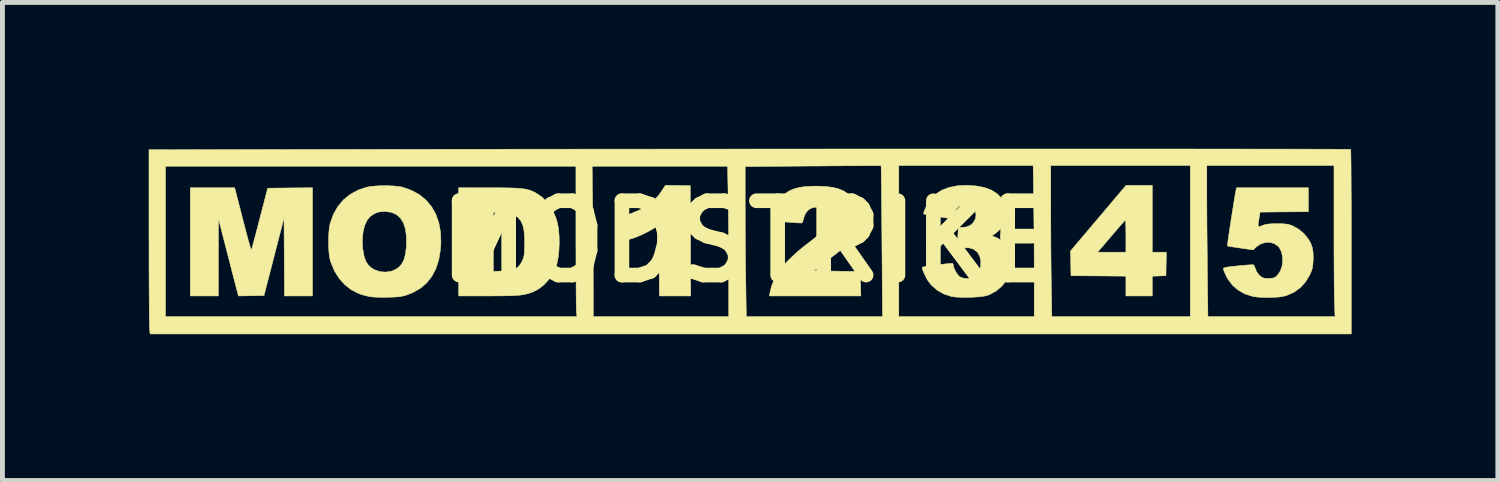
<source format=kicad_pcb>
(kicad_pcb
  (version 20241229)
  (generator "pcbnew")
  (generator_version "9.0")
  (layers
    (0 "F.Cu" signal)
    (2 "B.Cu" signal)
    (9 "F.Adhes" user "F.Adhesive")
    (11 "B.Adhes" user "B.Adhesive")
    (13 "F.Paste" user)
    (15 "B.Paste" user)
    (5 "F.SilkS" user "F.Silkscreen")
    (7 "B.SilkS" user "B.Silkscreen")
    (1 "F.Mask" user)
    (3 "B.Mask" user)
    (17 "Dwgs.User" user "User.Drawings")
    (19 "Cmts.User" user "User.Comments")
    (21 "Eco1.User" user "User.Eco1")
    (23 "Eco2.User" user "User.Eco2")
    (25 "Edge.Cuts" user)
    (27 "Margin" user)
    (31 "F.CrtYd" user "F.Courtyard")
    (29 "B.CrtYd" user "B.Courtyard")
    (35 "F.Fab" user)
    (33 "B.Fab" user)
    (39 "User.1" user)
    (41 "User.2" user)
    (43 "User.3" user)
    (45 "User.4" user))
  (footprint "MODSTRIKE"
    (layer "F.Cu")
    (at 12.316 1.901)
    (property "Reference" "MODSTRIKE" (at 0 0 0) (layer "F.SilkS") (effects (font (size 1.524 1.524) (thickness 0.3))))
    (attr through_hole)
    (fp_poly (pts (xy -1.211 -1.143) (xy -1.202 1.118) (xy -1.845 1.118) (xy -1.854 -0.338) (xy -1.93 -0.287) (xy -2.001 -0.243) (xy -2.083 -0.198) (xy -2.17 -0.155) (xy -2.257 -0.115) (xy -2.338 -0.082) (xy -2.408 -0.058) (xy -2.46 -0.045) (xy -2.49 -0.046) (xy -2.492 -0.047) (xy -2.497 -0.069) (xy -2.501 -0.117) (xy -2.503 -0.187) (xy -2.503 -0.271) (xy -2.502 -0.304) (xy -2.498 -0.545) (xy -2.396 -0.584) (xy -2.225 -0.657) (xy -2.083 -0.738) (xy -1.964 -0.832) (xy -1.864 -0.941) (xy -1.809 -1.017) (xy -1.721 -1.152) (xy -1.211 -1.143)) (stroke (width 0.01) (type solid)) (fill yes) (layer "F.SilkS"))
    (fp_poly (pts (xy 8.263 0.22) (xy 8.552 0.22) (xy 8.543 0.703) (xy 8.263 0.713) (xy 8.263 1.118) (xy 7.722 1.118) (xy 7.722 0.712) (xy 7.159 0.707) (xy 6.596 0.703) (xy 6.587 0.22) (xy 7.14 0.22) (xy 7.722 0.22) (xy 7.722 -0.11) (xy 7.721 -0.212) (xy 7.72 -0.301) (xy 7.718 -0.372) (xy 7.716 -0.42) (xy 7.714 -0.44) (xy 7.713 -0.44) (xy 7.701 -0.428) (xy 7.669 -0.393) (xy 7.622 -0.34) (xy 7.563 -0.272) (xy 7.495 -0.193) (xy 7.457 -0.148) (xy 7.383 -0.062) (xy 7.315 0.018) (xy 7.256 0.087) (xy 7.21 0.14) (xy 7.181 0.174) (xy 7.174 0.182) (xy 7.14 0.22) (xy 6.587 0.22) (xy 6.587 0.195) (xy 7.726 -1.151) (xy 8.263 -1.151) (xy 8.263 0.22)) (stroke (width 0.01) (type solid)) (fill yes) (layer "F.SilkS"))
    (fp_poly (pts (xy -8.958 0.008) (xy -8.958 1.118) (xy -9.533 1.118) (xy -9.542 -0.483) (xy -9.747 0.313) (xy -9.952 1.109) (xy -10.214 1.114) (xy -10.477 1.118) (xy -10.54 0.877) (xy -10.56 0.799) (xy -10.587 0.695) (xy -10.619 0.571) (xy -10.654 0.433) (xy -10.692 0.287) (xy -10.73 0.141) (xy -10.744 0.085) (xy -10.886 -0.466) (xy -10.887 0.326) (xy -10.888 1.118) (xy -11.464 1.118) (xy -11.464 -1.101) (xy -10.554 -1.101) (xy -10.528 -1.003) (xy -10.518 -0.963) (xy -10.501 -0.895) (xy -10.477 -0.804) (xy -10.449 -0.694) (xy -10.417 -0.57) (xy -10.383 -0.438) (xy -10.363 -0.36) (xy -10.329 -0.23) (xy -10.298 -0.112) (xy -10.27 -0.009) (xy -10.246 0.075) (xy -10.228 0.136) (xy -10.216 0.17) (xy -10.212 0.177) (xy -10.206 0.159) (xy -10.192 0.111) (xy -10.172 0.039) (xy -10.147 -0.056) (xy -10.116 -0.169) (xy -10.083 -0.297) (xy -10.047 -0.436) (xy -10.04 -0.463) (xy -9.877 -1.092) (xy -9.418 -1.097) (xy -8.958 -1.101) (xy -8.958 0.008)) (stroke (width 0.01) (type solid)) (fill yes) (layer "F.SilkS"))
    (fp_poly (pts (xy -5.338 -1.1) (xy -5.155 -1.1) (xy -5.001 -1.099) (xy -4.874 -1.096) (xy -4.769 -1.092) (xy -4.683 -1.085) (xy -4.612 -1.076) (xy -4.552 -1.064) (xy -4.499 -1.049) (xy -4.45 -1.03) (xy -4.401 -1.007) (xy -4.381 -0.996) (xy -4.25 -0.908) (xy -4.136 -0.793) (xy -4.041 -0.653) (xy -3.969 -0.492) (xy -3.938 -0.389) (xy -3.914 -0.265) (xy -3.901 -0.122) (xy -3.898 0.03) (xy -3.904 0.183) (xy -3.92 0.327) (xy -3.944 0.453) (xy -3.965 0.522) (xy -4.029 0.657) (xy -4.113 0.782) (xy -4.214 0.891) (xy -4.324 0.977) (xy -4.435 1.034) (xy -4.494 1.055) (xy -4.55 1.072) (xy -4.608 1.086) (xy -4.671 1.097) (xy -4.745 1.105) (xy -4.832 1.11) (xy -4.938 1.114) (xy -5.066 1.116) (xy -5.22 1.117) (xy -5.361 1.118) (xy -5.961 1.118) (xy -5.961 0.614) (xy -5.249 0.614) (xy -5.057 0.606) (xy -4.966 0.601) (xy -4.901 0.594) (xy -4.853 0.584) (xy -4.813 0.569) (xy -4.79 0.557) (xy -4.739 0.521) (xy -4.698 0.472) (xy -4.666 0.417) (xy -4.645 0.374) (xy -4.631 0.336) (xy -4.621 0.294) (xy -4.615 0.242) (xy -4.611 0.17) (xy -4.609 0.09) (xy -4.609 -0.081) (xy -4.621 -0.223) (xy -4.646 -0.337) (xy -4.688 -0.426) (xy -4.747 -0.494) (xy -4.824 -0.541) (xy -4.923 -0.572) (xy -5.045 -0.587) (xy -5.084 -0.59) (xy -5.249 -0.597) (xy -5.249 0.614) (xy -5.961 0.614) (xy -5.961 -1.101) (xy -5.338 -1.1)) (stroke (width 0.01) (type solid)) (fill yes) (layer "F.SilkS"))
    (fp_poly (pts (xy 1.551 -1.128) (xy 1.703 -1.11) (xy 1.831 -1.079) (xy 1.939 -1.033) (xy 2.03 -0.971) (xy 2.088 -0.917) (xy 2.178 -0.797) (xy 2.236 -0.669) (xy 2.262 -0.534) (xy 2.255 -0.392) (xy 2.215 -0.246) (xy 2.182 -0.17) (xy 2.115 -0.063) (xy 2.016 0.05) (xy 1.886 0.169) (xy 1.725 0.294) (xy 1.691 0.319) (xy 1.611 0.376) (xy 1.534 0.434) (xy 1.467 0.485) (xy 1.418 0.525) (xy 1.412 0.53) (xy 1.331 0.601) (xy 2.278 0.618) (xy 2.282 0.868) (xy 2.287 1.118) (xy 0.411 1.118) (xy 0.427 1.029) (xy 0.459 0.908) (xy 0.511 0.777) (xy 0.578 0.647) (xy 0.627 0.578) (xy 0.698 0.493) (xy 0.788 0.399) (xy 0.89 0.3) (xy 1 0.2) (xy 1.114 0.106) (xy 1.177 0.057) (xy 1.304 -0.041) (xy 1.406 -0.124) (xy 1.484 -0.195) (xy 1.542 -0.257) (xy 1.583 -0.313) (xy 1.609 -0.367) (xy 1.622 -0.421) (xy 1.626 -0.479) (xy 1.611 -0.558) (xy 1.573 -0.622) (xy 1.515 -0.668) (xy 1.446 -0.696) (xy 1.371 -0.704) (xy 1.295 -0.692) (xy 1.225 -0.657) (xy 1.168 -0.599) (xy 1.155 -0.577) (xy 1.128 -0.519) (xy 1.11 -0.457) (xy 1.108 -0.452) (xy 1.096 -0.408) (xy 1.081 -0.382) (xy 1.077 -0.379) (xy 1.055 -0.378) (xy 1.007 -0.38) (xy 0.938 -0.384) (xy 0.857 -0.39) (xy 0.769 -0.397) (xy 0.681 -0.404) (xy 0.599 -0.411) (xy 0.532 -0.418) (xy 0.484 -0.424) (xy 0.463 -0.429) (xy 0.463 -0.429) (xy 0.462 -0.45) (xy 0.469 -0.495) (xy 0.483 -0.555) (xy 0.502 -0.622) (xy 0.523 -0.687) (xy 0.544 -0.743) (xy 0.55 -0.757) (xy 0.609 -0.854) (xy 0.693 -0.944) (xy 0.79 -1.019) (xy 0.83 -1.042) (xy 0.924 -1.081) (xy 1.03 -1.108) (xy 1.155 -1.126) (xy 1.304 -1.133) (xy 1.372 -1.134) (xy 1.551 -1.128)) (stroke (width 0.01) (type solid)) (fill yes) (layer "F.SilkS"))
    (fp_poly (pts (xy -7.407 -1.142) (xy -7.288 -1.137) (xy -7.185 -1.127) (xy -7.112 -1.113) (xy -6.928 -1.048) (xy -6.767 -0.96) (xy -6.629 -0.848) (xy -6.517 -0.714) (xy -6.429 -0.559) (xy -6.368 -0.384) (xy -6.332 -0.19) (xy -6.324 0.021) (xy -6.334 0.166) (xy -6.368 0.372) (xy -6.426 0.555) (xy -6.509 0.714) (xy -6.616 0.85) (xy -6.747 0.962) (xy -6.903 1.05) (xy -7.036 1.101) (xy -7.09 1.117) (xy -7.145 1.128) (xy -7.209 1.136) (xy -7.29 1.141) (xy -7.395 1.144) (xy -7.425 1.145) (xy -7.576 1.145) (xy -7.696 1.141) (xy -7.786 1.131) (xy -7.806 1.127) (xy -7.882 1.109) (xy -7.96 1.086) (xy -8.006 1.07) (xy -8.156 0.995) (xy -8.291 0.891) (xy -8.408 0.763) (xy -8.504 0.612) (xy -8.576 0.443) (xy -8.598 0.373) (xy -8.613 0.292) (xy -8.623 0.188) (xy -8.628 0.07) (xy -8.628 0.068) (xy -7.934 0.068) (xy -7.926 0.158) (xy -7.903 0.29) (xy -7.87 0.393) (xy -7.823 0.473) (xy -7.761 0.535) (xy -7.685 0.582) (xy -7.574 0.62) (xy -7.455 0.629) (xy -7.338 0.61) (xy -7.267 0.582) (xy -7.189 0.531) (xy -7.128 0.464) (xy -7.083 0.376) (xy -7.053 0.264) (xy -7.035 0.125) (xy -7.032 0.073) (xy -7.032 -0.106) (xy -7.053 -0.258) (xy -7.094 -0.383) (xy -7.156 -0.481) (xy -7.238 -0.552) (xy -7.34 -0.597) (xy -7.463 -0.614) (xy -7.484 -0.614) (xy -7.593 -0.605) (xy -7.684 -0.574) (xy -7.766 -0.518) (xy -7.776 -0.51) (xy -7.836 -0.437) (xy -7.884 -0.337) (xy -7.917 -0.216) (xy -7.934 -0.079) (xy -7.934 0.068) (xy -8.628 0.068) (xy -8.628 -0.054) (xy -8.623 -0.173) (xy -8.613 -0.279) (xy -8.598 -0.362) (xy -8.596 -0.37) (xy -8.53 -0.554) (xy -8.439 -0.715) (xy -8.324 -0.852) (xy -8.186 -0.964) (xy -8.026 -1.052) (xy -7.845 -1.113) (xy -7.76 -1.128) (xy -7.653 -1.138) (xy -7.532 -1.143) (xy -7.407 -1.142)) (stroke (width 0.01) (type solid)) (fill yes) (layer "F.SilkS"))
    (fp_poly (pts (xy 11.464 -0.61) (xy 10.969 -0.606) (xy 10.473 -0.601) (xy 10.453 -0.474) (xy 10.44 -0.393) (xy 10.434 -0.34) (xy 10.436 -0.311) (xy 10.448 -0.302) (xy 10.474 -0.308) (xy 10.514 -0.325) (xy 10.52 -0.327) (xy 10.565 -0.343) (xy 10.613 -0.353) (xy 10.672 -0.36) (xy 10.751 -0.363) (xy 10.82 -0.363) (xy 10.915 -0.363) (xy 10.984 -0.359) (xy 11.038 -0.353) (xy 11.083 -0.341) (xy 11.129 -0.325) (xy 11.259 -0.255) (xy 11.375 -0.159) (xy 11.463 -0.049) (xy 11.513 0.038) (xy 11.544 0.125) (xy 11.56 0.223) (xy 11.564 0.339) (xy 11.562 0.39) (xy 11.556 0.474) (xy 11.548 0.537) (xy 11.532 0.592) (xy 11.508 0.652) (xy 11.493 0.684) (xy 11.407 0.829) (xy 11.299 0.948) (xy 11.17 1.041) (xy 11.023 1.106) (xy 10.954 1.125) (xy 10.875 1.138) (xy 10.772 1.146) (xy 10.657 1.149) (xy 10.54 1.148) (xy 10.43 1.142) (xy 10.34 1.13) (xy 10.319 1.126) (xy 10.162 1.076) (xy 10.024 0.999) (xy 9.906 0.897) (xy 9.812 0.771) (xy 9.779 0.709) (xy 9.751 0.648) (xy 9.73 0.596) (xy 9.72 0.562) (xy 9.72 0.558) (xy 9.725 0.548) (xy 9.742 0.539) (xy 9.776 0.53) (xy 9.831 0.521) (xy 9.911 0.512) (xy 10.016 0.501) (xy 10.114 0.491) (xy 10.201 0.484) (xy 10.271 0.48) (xy 10.318 0.478) (xy 10.335 0.479) (xy 10.355 0.501) (xy 10.369 0.536) (xy 10.4 0.616) (xy 10.453 0.688) (xy 10.503 0.729) (xy 10.544 0.749) (xy 10.59 0.758) (xy 10.655 0.758) (xy 10.666 0.758) (xy 10.727 0.753) (xy 10.767 0.742) (xy 10.8 0.721) (xy 10.837 0.683) (xy 10.889 0.607) (xy 10.922 0.513) (xy 10.937 0.41) (xy 10.933 0.306) (xy 10.91 0.209) (xy 10.869 0.129) (xy 10.842 0.098) (xy 10.763 0.044) (xy 10.672 0.019) (xy 10.577 0.022) (xy 10.483 0.053) (xy 10.396 0.112) (xy 10.386 0.121) (xy 10.332 0.174) (xy 10.073 0.136) (xy 9.983 0.123) (xy 9.905 0.111) (xy 9.846 0.101) (xy 9.81 0.094) (xy 9.803 0.093) (xy 9.804 0.075) (xy 9.81 0.03) (xy 9.819 -0.04) (xy 9.832 -0.13) (xy 9.847 -0.234) (xy 9.865 -0.349) (xy 9.883 -0.468) (xy 9.902 -0.589) (xy 9.921 -0.706) (xy 9.938 -0.815) (xy 9.954 -0.91) (xy 9.968 -0.988) (xy 9.978 -1.043) (xy 9.982 -1.063) (xy 9.991 -1.101) (xy 11.464 -1.101) (xy 11.464 -0.61)) (stroke (width 0.01) (type solid)) (fill yes) (layer "F.SilkS"))
    (fp_poly (pts (xy 4.645 -1.139) (xy 4.815 -1.107) (xy 4.961 -1.054) (xy 5.08 -0.98) (xy 5.173 -0.886) (xy 5.226 -0.798) (xy 5.245 -0.741) (xy 5.258 -0.662) (xy 5.265 -0.576) (xy 5.265 -0.495) (xy 5.259 -0.451) (xy 5.233 -0.378) (xy 5.183 -0.299) (xy 5.117 -0.224) (xy 5.061 -0.176) (xy 4.976 -0.114) (xy 5.075 -0.075) (xy 5.177 -0.018) (xy 5.265 0.063) (xy 5.331 0.158) (xy 5.361 0.232) (xy 5.379 0.337) (xy 5.38 0.457) (xy 5.365 0.578) (xy 5.336 0.677) (xy 5.269 0.806) (xy 5.174 0.921) (xy 5.057 1.018) (xy 4.924 1.09) (xy 4.877 1.108) (xy 4.813 1.122) (xy 4.724 1.134) (xy 4.618 1.142) (xy 4.503 1.147) (xy 4.388 1.147) (xy 4.281 1.144) (xy 4.19 1.136) (xy 4.139 1.127) (xy 3.984 1.076) (xy 3.848 0.997) (xy 3.731 0.893) (xy 3.671 0.817) (xy 3.642 0.769) (xy 3.612 0.711) (xy 3.583 0.649) (xy 3.56 0.594) (xy 3.546 0.551) (xy 3.545 0.53) (xy 3.546 0.53) (xy 3.565 0.524) (xy 3.612 0.515) (xy 3.68 0.505) (xy 3.761 0.493) (xy 3.849 0.482) (xy 3.938 0.47) (xy 4.02 0.461) (xy 4.09 0.454) (xy 4.141 0.449) (xy 4.166 0.449) (xy 4.167 0.45) (xy 4.181 0.473) (xy 4.183 0.488) (xy 4.194 0.539) (xy 4.222 0.601) (xy 4.26 0.663) (xy 4.301 0.712) (xy 4.321 0.728) (xy 4.391 0.754) (xy 4.474 0.762) (xy 4.555 0.752) (xy 4.613 0.729) (xy 4.676 0.671) (xy 4.72 0.593) (xy 4.744 0.503) (xy 4.748 0.408) (xy 4.73 0.317) (xy 4.69 0.238) (xy 4.666 0.209) (xy 4.588 0.154) (xy 4.496 0.129) (xy 4.389 0.135) (xy 4.386 0.135) (xy 4.319 0.147) (xy 4.278 0.151) (xy 4.259 0.146) (xy 4.255 0.13) (xy 4.258 0.114) (xy 4.262 0.082) (xy 4.267 0.025) (xy 4.273 -0.048) (xy 4.276 -0.106) (xy 4.287 -0.288) (xy 4.371 -0.288) (xy 4.465 -0.3) (xy 4.542 -0.338) (xy 4.593 -0.388) (xy 4.633 -0.458) (xy 4.648 -0.537) (xy 4.638 -0.614) (xy 4.603 -0.682) (xy 4.568 -0.717) (xy 4.509 -0.743) (xy 4.435 -0.751) (xy 4.359 -0.742) (xy 4.307 -0.723) (xy 4.264 -0.687) (xy 4.223 -0.63) (xy 4.194 -0.567) (xy 4.183 -0.512) (xy 4.177 -0.479) (xy 4.169 -0.468) (xy 4.148 -0.468) (xy 4.1 -0.473) (xy 4.031 -0.483) (xy 3.945 -0.497) (xy 3.878 -0.509) (xy 3.785 -0.526) (xy 3.704 -0.54) (xy 3.64 -0.551) (xy 3.599 -0.557) (xy 3.588 -0.559) (xy 3.575 -0.567) (xy 3.577 -0.593) (xy 3.594 -0.641) (xy 3.626 -0.714) (xy 3.632 -0.725) (xy 3.712 -0.857) (xy 3.816 -0.965) (xy 3.941 -1.048) (xy 4.09 -1.107) (xy 4.263 -1.141) (xy 4.449 -1.151) (xy 4.645 -1.139)) (stroke (width 0.01) (type solid)) (fill yes) (layer "F.SilkS"))
    (fp_poly (pts (xy 6.162 -1.896) (xy 6.655 -1.896) (xy 7.134 -1.896) (xy 7.598 -1.896) (xy 8.047 -1.896) (xy 8.479 -1.896) (xy 8.894 -1.896) (xy 9.29 -1.895) (xy 9.666 -1.895) (xy 10.022 -1.895) (xy 10.357 -1.894) (xy 10.668 -1.894) (xy 10.957 -1.894) (xy 11.22 -1.893) (xy 11.458 -1.893) (xy 11.67 -1.892) (xy 11.854 -1.892) (xy 12.01 -1.891) (xy 12.136 -1.89) (xy 12.232 -1.89) (xy 12.296 -1.889) (xy 12.328 -1.888) (xy 12.331 -1.888) (xy 12.333 -1.869) (xy 12.335 -1.819) (xy 12.336 -1.739) (xy 12.338 -1.631) (xy 12.339 -1.499) (xy 12.34 -1.343) (xy 12.341 -1.167) (xy 12.342 -0.972) (xy 12.343 -0.76) (xy 12.344 -0.534) (xy 12.344 -0.297) (xy 12.344 -0.049) (xy 12.344 0.013) (xy 12.344 1.897) (xy -12.289 1.897) (xy -12.3 1.767) (xy -12.301 1.732) (xy -12.303 1.666) (xy -12.304 1.571) (xy -12.305 1.449) (xy -12.306 1.304) (xy -12.307 1.136) (xy -12.308 0.95) (xy -12.309 0.747) (xy -12.31 0.529) (xy -12.31 0.3) (xy -12.31 0.061) (xy -12.311 -0.121) (xy -12.311 -1.541) (xy -11.972 -1.541) (xy -11.972 1.541) (xy -3.534 1.541) (xy -3.545 1.452) (xy -3.547 1.422) (xy -3.548 1.36) (xy -3.55 1.27) (xy -3.551 1.154) (xy -3.552 1.015) (xy -3.553 0.856) (xy -3.554 0.678) (xy -3.555 0.485) (xy -3.555 0.279) (xy -3.556 0.063) (xy -3.556 -0.089) (xy -3.556 -1.541) (xy -11.972 -1.541) (xy -12.311 -1.541) (xy -12.311 -1.541) (xy -3.223 -1.541) (xy -3.212 -0.598) (xy -3.209 -0.398) (xy -3.207 -0.187) (xy -3.205 0.027) (xy -3.204 0.24) (xy -3.202 0.443) (xy -3.201 0.631) (xy -3.201 0.799) (xy -3.2 0.938) (xy -3.2 1.541) (xy -0.423 1.541) (xy -0.423 0.562) (xy -0.424 0.36) (xy -0.424 0.15) (xy -0.425 -0.061) (xy -0.426 -0.269) (xy -0.428 -0.468) (xy -0.43 -0.651) (xy -0.432 -0.814) (xy -0.434 -0.95) (xy -0.435 -0.979) (xy -0.446 -1.535) (xy -0.085 -1.535) (xy -0.085 -0.737) (xy -0.084 -0.538) (xy -0.084 -0.318) (xy -0.082 -0.086) (xy -0.081 0.149) (xy -0.079 0.378) (xy -0.076 0.592) (xy -0.074 0.782) (xy -0.073 0.802) (xy -0.062 1.541) (xy 2.731 1.541) (xy 2.719 -0.004) (xy 2.717 -0.23) (xy 2.715 -0.446) (xy 2.713 -0.649) (xy 2.711 -0.838) (xy 2.71 -1.01) (xy 2.708 -1.163) (xy 2.706 -1.294) (xy 2.705 -1.401) (xy 2.704 -1.482) (xy 2.703 -1.533) (xy 2.702 -1.553) (xy 2.702 -1.554) (xy 2.685 -1.554) (xy 2.637 -1.554) (xy 2.559 -1.554) (xy 2.456 -1.554) (xy 2.328 -1.553) (xy 2.179 -1.553) (xy 2.012 -1.552) (xy 1.828 -1.55) (xy 1.63 -1.549) (xy 1.421 -1.547) (xy 1.307 -1.547) (xy -0.085 -1.535) (xy -0.446 -1.535) (xy -0.446 -1.541) (xy -1.834 -1.541) (xy -3.223 -1.541) (xy -12.311 -1.541) (xy -12.311 -1.558) (xy 3.065 -1.558) (xy 3.065 1.541) (xy 5.842 1.541) (xy 5.842 0.715) (xy 5.842 0.516) (xy 5.841 0.297) (xy 5.84 0.068) (xy 5.838 -0.163) (xy 5.836 -0.389) (xy 5.834 -0.599) (xy 5.831 -0.787) (xy 5.831 -0.834) (xy 5.82 -1.558) (xy 6.181 -1.558) (xy 6.181 -0.697) (xy 6.181 -0.497) (xy 6.182 -0.282) (xy 6.183 -0.057) (xy 6.184 0.168) (xy 6.186 0.386) (xy 6.188 0.589) (xy 6.191 0.771) (xy 6.192 0.852) (xy 6.203 1.541) (xy 9.042 1.541) (xy 9.042 -1.558) (xy 9.381 -1.558) (xy 9.381 -0.986) (xy 9.381 -0.856) (xy 9.382 -0.697) (xy 9.383 -0.517) (xy 9.384 -0.32) (xy 9.386 -0.112) (xy 9.388 0.1) (xy 9.39 0.312) (xy 9.392 0.516) (xy 9.392 0.563) (xy 9.404 1.541) (xy 12.011 1.541) (xy 12 1.284) (xy 11.998 1.225) (xy 11.996 1.136) (xy 11.995 1.019) (xy 11.993 0.878) (xy 11.992 0.717) (xy 11.991 0.538) (xy 11.99 0.346) (xy 11.989 0.143) (xy 11.989 -0.067) (xy 11.989 -0.265) (xy 11.989 -1.558) (xy 9.381 -1.558) (xy 9.042 -1.558) (xy 6.181 -1.558) (xy 5.82 -1.558) (xy 3.065 -1.558) (xy -12.311 -1.558) (xy -12.311 -1.88) (xy -11.282 -1.882) (xy -10.894 -1.883) (xy -10.486 -1.884) (xy -10.061 -1.884) (xy -9.619 -1.885) (xy -9.161 -1.886) (xy -8.687 -1.887) (xy -8.2 -1.887) (xy -7.7 -1.888) (xy -7.187 -1.889) (xy -6.664 -1.889) (xy -6.13 -1.89) (xy -5.587 -1.89) (xy -5.036 -1.891) (xy -4.478 -1.892) (xy -3.914 -1.892) (xy -3.345 -1.893) (xy -2.772 -1.893) (xy -2.195 -1.893) (xy -1.616 -1.894) (xy -1.036 -1.894) (xy -0.456 -1.894) (xy 0.123 -1.895) (xy 0.701 -1.895) (xy 1.276 -1.895) (xy 1.847 -1.896) (xy 2.413 -1.896) (xy 2.974 -1.896) (xy 3.528 -1.896) (xy 4.074 -1.896) (xy 4.611 -1.896) (xy 5.139 -1.896) (xy 5.656 -1.896) (xy 6.162 -1.896)) (stroke (width 0.01) (type solid)) (fill yes) (layer "F.SilkS")))
  (gr_rect
    (start -3 -3)
    (end 27.665 6.803)
    (stroke (width 0.1) (type default))
    (fill no)
    (layer "Edge.Cuts")))
</source>
